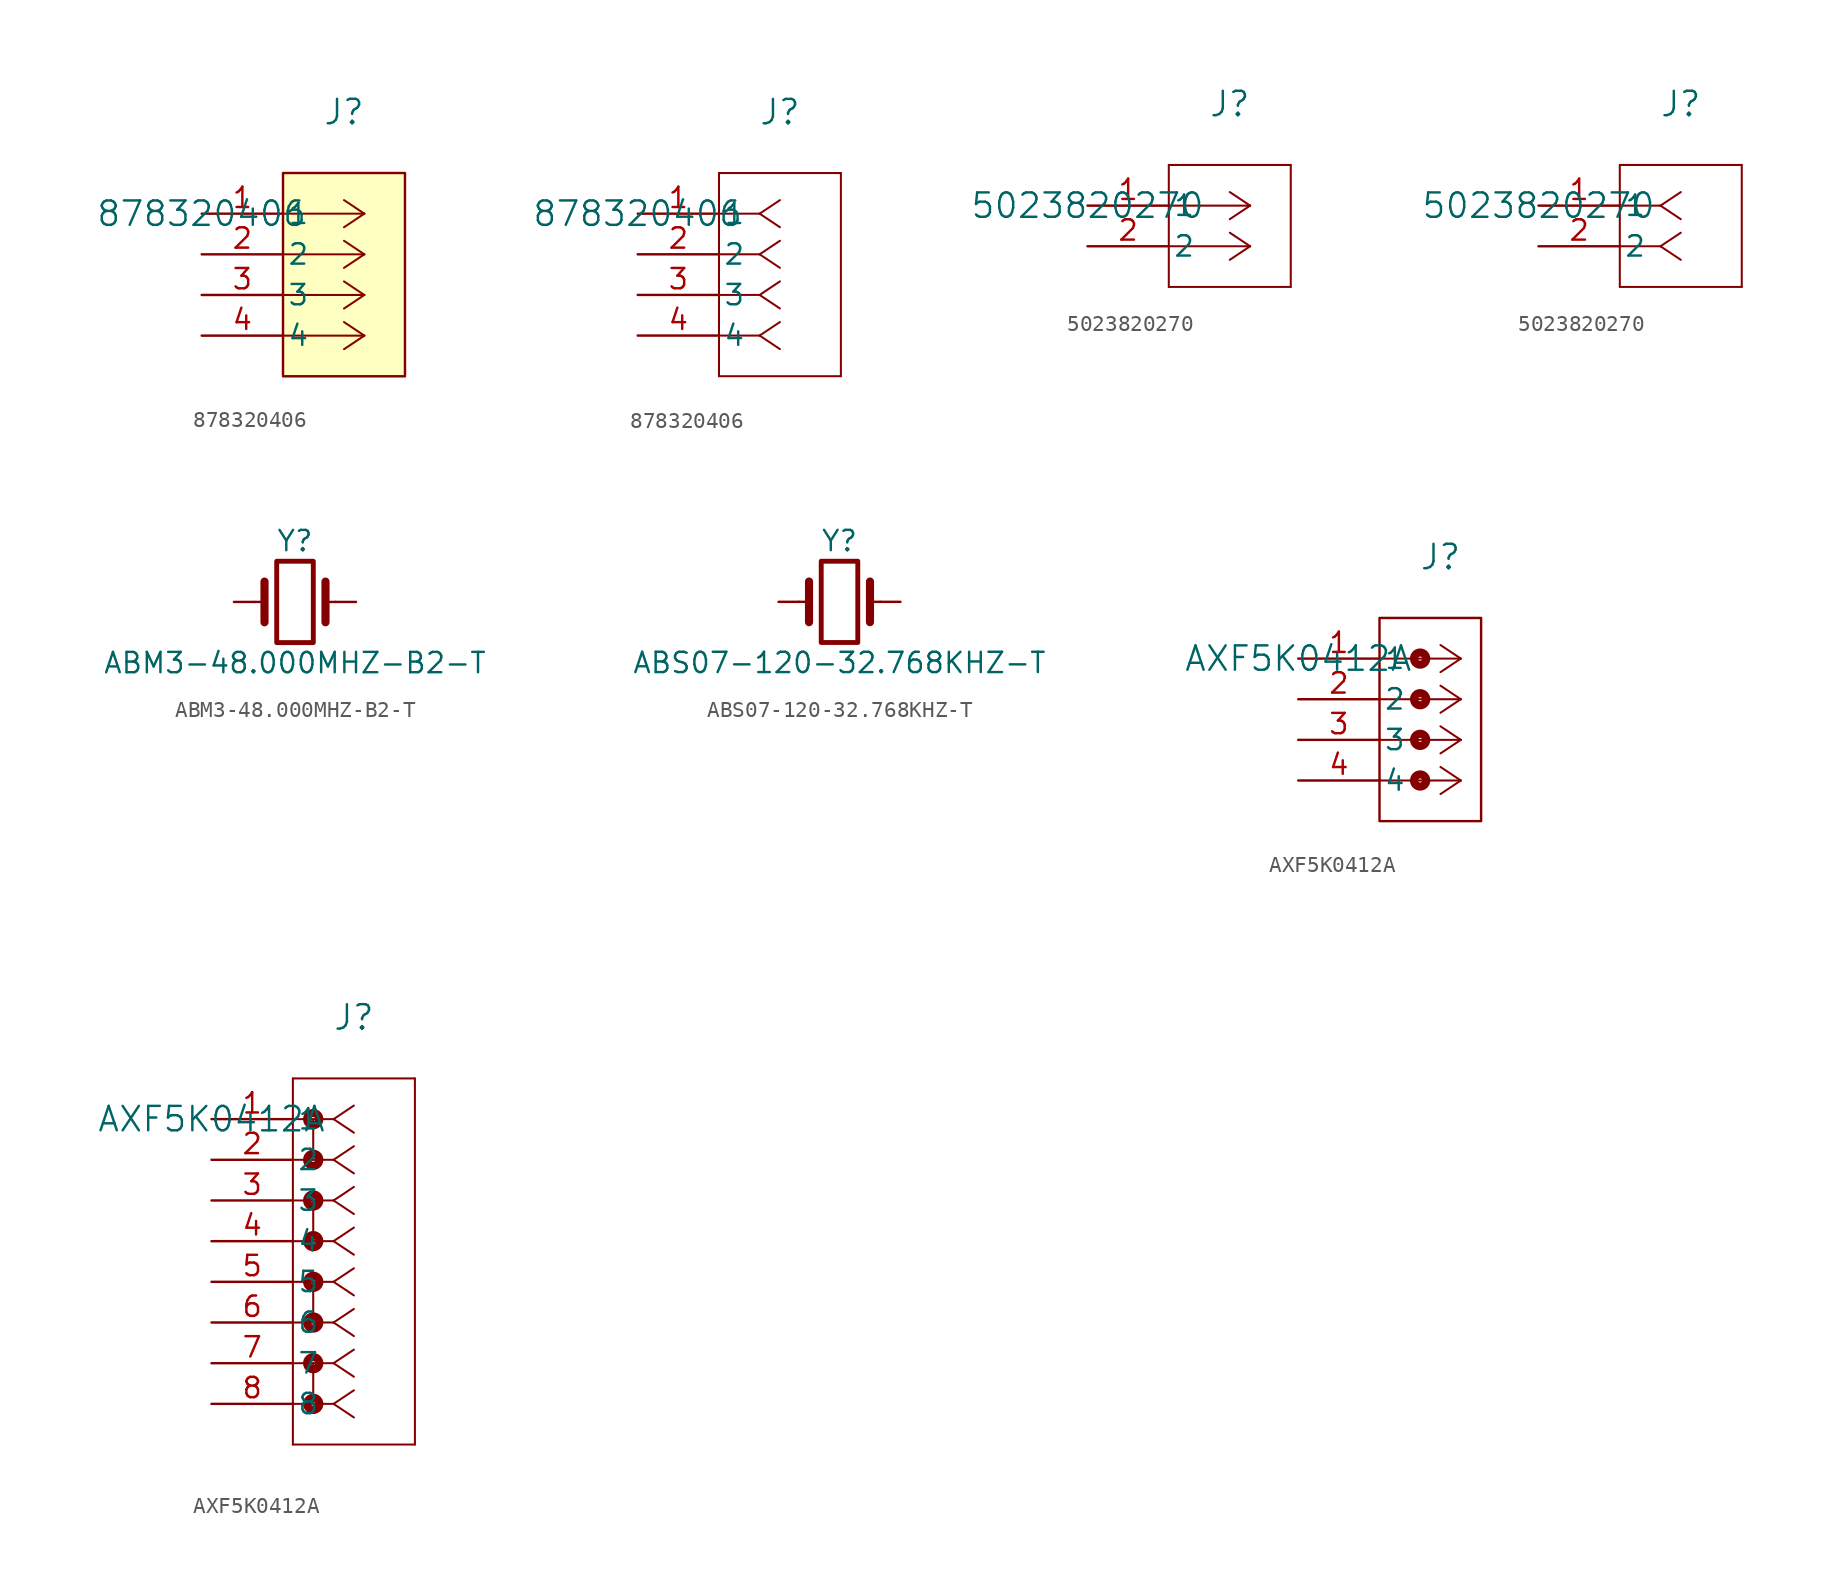
<source format=kicad_sym>
(kicad_symbol_lib
  (version 20241209)
  (generator "kicad_symbol_editor")
  (generator_version "9.0")
  (symbol "878320406"
    (pin_names
      (offset 0.254))
    (property "Reference" "J"
      (at 8.89 6.35 0)
      (effects (font (size 1.524 1.524))))
    (property "Value" "878320406"
      (at 0 0 0)
      (effects (font (size 1.524 1.524))))
    (symbol "878320406_1_1"
      (rectangle (start 5.08 2.54) (end 12.7 -10.16) (stroke (width 0) (type solid)) (fill (type background)))
      (polyline (pts (xy 10.16 0) (xy 5.08 0)) (stroke (width 0.127) (type default)) (fill (type none)))
      (polyline (pts (xy 10.16 0) (xy 8.89 0.847)) (stroke (width 0.127) (type default)) (fill (type none)))
      (polyline (pts (xy 10.16 0) (xy 8.89 -0.847)) (stroke (width 0.127) (type default)) (fill (type none)))
      (polyline (pts (xy 10.16 -2.54) (xy 5.08 -2.54)) (stroke (width 0.127) (type default)) (fill (type none)))
      (polyline (pts (xy 10.16 -2.54) (xy 8.89 -1.693)) (stroke (width 0.127) (type default)) (fill (type none)))
      (polyline (pts (xy 10.16 -2.54) (xy 8.89 -3.387)) (stroke (width 0.127) (type default)) (fill (type none)))
      (polyline (pts (xy 10.16 -5.08) (xy 5.08 -5.08)) (stroke (width 0.127) (type default)) (fill (type none)))
      (polyline (pts (xy 10.16 -5.08) (xy 8.89 -4.233)) (stroke (width 0.127) (type default)) (fill (type none)))
      (polyline (pts (xy 10.16 -5.08) (xy 8.89 -5.927)) (stroke (width 0.127) (type default)) (fill (type none)))
      (polyline (pts (xy 10.16 -7.62) (xy 5.08 -7.62)) (stroke (width 0.127) (type default)) (fill (type none)))
      (polyline (pts (xy 10.16 -7.62) (xy 8.89 -6.773)) (stroke (width 0.127) (type default)) (fill (type none)))
      (polyline (pts (xy 10.16 -7.62) (xy 8.89 -8.467)) (stroke (width 0.127) (type default)) (fill (type none)))
      (pin unspecified line (at 0 0 0) (length 5.08) (name "1" (effects (font (size 1.27 1.27)))) (number "1" (effects (font (size 1.27 1.27)))))
      (pin unspecified line (at 0 -2.54 0) (length 5.08) (name "2" (effects (font (size 1.27 1.27)))) (number "2" (effects (font (size 1.27 1.27)))))
      (pin unspecified line (at 0 -5.08 0) (length 5.08) (name "3" (effects (font (size 1.27 1.27)))) (number "3" (effects (font (size 1.27 1.27)))))
      (pin unspecified line (at 0 -7.62 0) (length 5.08) (name "4" (effects (font (size 1.27 1.27)))) (number "4" (effects (font (size 1.27 1.27))))))
    (symbol "878320406_1_2"
      (polyline (pts (xy 5.08 2.54) (xy 5.08 -10.16)) (stroke (width 0.127) (type default)) (fill (type none)))
      (polyline (pts (xy 5.08 -10.16) (xy 12.7 -10.16)) (stroke (width 0.127) (type default)) (fill (type none)))
      (polyline (pts (xy 7.62 0) (xy 5.08 0)) (stroke (width 0.127) (type default)) (fill (type none)))
      (polyline (pts (xy 7.62 0) (xy 8.89 0.847)) (stroke (width 0.127) (type default)) (fill (type none)))
      (polyline (pts (xy 7.62 0) (xy 8.89 -0.847)) (stroke (width 0.127) (type default)) (fill (type none)))
      (polyline (pts (xy 7.62 -2.54) (xy 5.08 -2.54)) (stroke (width 0.127) (type default)) (fill (type none)))
      (polyline (pts (xy 7.62 -2.54) (xy 8.89 -1.693)) (stroke (width 0.127) (type default)) (fill (type none)))
      (polyline (pts (xy 7.62 -2.54) (xy 8.89 -3.387)) (stroke (width 0.127) (type default)) (fill (type none)))
      (polyline (pts (xy 7.62 -5.08) (xy 5.08 -5.08)) (stroke (width 0.127) (type default)) (fill (type none)))
      (polyline (pts (xy 7.62 -5.08) (xy 8.89 -4.233)) (stroke (width 0.127) (type default)) (fill (type none)))
      (polyline (pts (xy 7.62 -5.08) (xy 8.89 -5.927)) (stroke (width 0.127) (type default)) (fill (type none)))
      (polyline (pts (xy 7.62 -7.62) (xy 5.08 -7.62)) (stroke (width 0.127) (type default)) (fill (type none)))
      (polyline (pts (xy 7.62 -7.62) (xy 8.89 -6.773)) (stroke (width 0.127) (type default)) (fill (type none)))
      (polyline (pts (xy 7.62 -7.62) (xy 8.89 -8.467)) (stroke (width 0.127) (type default)) (fill (type none)))
      (polyline (pts (xy 12.7 2.54) (xy 5.08 2.54)) (stroke (width 0.127) (type default)) (fill (type none)))
      (polyline (pts (xy 12.7 -10.16) (xy 12.7 2.54)) (stroke (width 0.127) (type default)) (fill (type none)))
      (pin unspecified line (at 0 0 0) (length 5.08) (name "1" (effects (font (size 1.27 1.27)))) (number "1" (effects (font (size 1.27 1.27)))))
      (pin unspecified line (at 0 -2.54 0) (length 5.08) (name "2" (effects (font (size 1.27 1.27)))) (number "2" (effects (font (size 1.27 1.27)))))
      (pin unspecified line (at 0 -5.08 0) (length 5.08) (name "3" (effects (font (size 1.27 1.27)))) (number "3" (effects (font (size 1.27 1.27)))))
      (pin unspecified line (at 0 -7.62 0) (length 5.08) (name "4" (effects (font (size 1.27 1.27)))) (number "4" (effects (font (size 1.27 1.27)))))))
  (symbol "5023820270"
    (pin_names
      (offset 0.254))
    (property "Reference" "J"
      (at 8.89 6.35 0)
      (effects (font (size 1.524 1.524))))
    (property "Value" "5023820270"
      (at 0 0 0)
      (effects (font (size 1.524 1.524))))
    (symbol "5023820270_1_1"
      (polyline (pts (xy 5.08 2.54) (xy 5.08 -5.08)) (stroke (width 0.127) (type default)) (fill (type none)))
      (polyline (pts (xy 5.08 -5.08) (xy 12.7 -5.08)) (stroke (width 0.127) (type default)) (fill (type none)))
      (polyline (pts (xy 10.16 0) (xy 5.08 0)) (stroke (width 0.127) (type default)) (fill (type none)))
      (polyline (pts (xy 10.16 0) (xy 8.89 0.847)) (stroke (width 0.127) (type default)) (fill (type none)))
      (polyline (pts (xy 10.16 0) (xy 8.89 -0.847)) (stroke (width 0.127) (type default)) (fill (type none)))
      (polyline (pts (xy 10.16 -2.54) (xy 5.08 -2.54)) (stroke (width 0.127) (type default)) (fill (type none)))
      (polyline (pts (xy 10.16 -2.54) (xy 8.89 -1.693)) (stroke (width 0.127) (type default)) (fill (type none)))
      (polyline (pts (xy 10.16 -2.54) (xy 8.89 -3.387)) (stroke (width 0.127) (type default)) (fill (type none)))
      (polyline (pts (xy 12.7 2.54) (xy 5.08 2.54)) (stroke (width 0.127) (type default)) (fill (type none)))
      (polyline (pts (xy 12.7 -5.08) (xy 12.7 2.54)) (stroke (width 0.127) (type default)) (fill (type none)))
      (pin unspecified line (at 0 0 0) (length 5.08) (name "1" (effects (font (size 1.27 1.27)))) (number "1" (effects (font (size 1.27 1.27)))))
      (pin unspecified line (at 0 -2.54 0) (length 5.08) (name "2" (effects (font (size 1.27 1.27)))) (number "2" (effects (font (size 1.27 1.27))))))
    (symbol "5023820270_1_2"
      (polyline (pts (xy 5.08 2.54) (xy 5.08 -5.08)) (stroke (width 0.127) (type default)) (fill (type none)))
      (polyline (pts (xy 5.08 -5.08) (xy 12.7 -5.08)) (stroke (width 0.127) (type default)) (fill (type none)))
      (polyline (pts (xy 7.62 0) (xy 5.08 0)) (stroke (width 0.127) (type default)) (fill (type none)))
      (polyline (pts (xy 7.62 0) (xy 8.89 0.847)) (stroke (width 0.127) (type default)) (fill (type none)))
      (polyline (pts (xy 7.62 0) (xy 8.89 -0.847)) (stroke (width 0.127) (type default)) (fill (type none)))
      (polyline (pts (xy 7.62 -2.54) (xy 5.08 -2.54)) (stroke (width 0.127) (type default)) (fill (type none)))
      (polyline (pts (xy 7.62 -2.54) (xy 8.89 -1.693)) (stroke (width 0.127) (type default)) (fill (type none)))
      (polyline (pts (xy 7.62 -2.54) (xy 8.89 -3.387)) (stroke (width 0.127) (type default)) (fill (type none)))
      (polyline (pts (xy 12.7 2.54) (xy 5.08 2.54)) (stroke (width 0.127) (type default)) (fill (type none)))
      (polyline (pts (xy 12.7 -5.08) (xy 12.7 2.54)) (stroke (width 0.127) (type default)) (fill (type none)))
      (pin unspecified line (at 0 0 0) (length 5.08) (name "1" (effects (font (size 1.27 1.27)))) (number "1" (effects (font (size 1.27 1.27)))))
      (pin unspecified line (at 0 -2.54 0) (length 5.08) (name "2" (effects (font (size 1.27 1.27)))) (number "2" (effects (font (size 1.27 1.27)))))))
  (symbol "ABM3-48.000MHZ-B2-T"
    (pin_numbers
      (hide yes))
    (pin_names
      (offset 1.016)
      (hide yes))
    (property "Reference" "Y"
      (at 0 3.81 0)
      (effects (font (size 1.27 1.27))))
    (property "Value" "ABM3-48.000MHZ-B2-T"
      (at 0 -3.81 0)
      (effects (font (size 1.27 1.27))))
    (symbol "ABM3-48.000MHZ-B2-T_0_1"
      (polyline (pts (xy -2.54 0) (xy -1.905 0)) (stroke (width 0) (type default)) (fill (type none)))
      (polyline (pts (xy -1.905 -1.27) (xy -1.905 1.27)) (stroke (width 0.508) (type default)) (fill (type none)))
      (rectangle (start -1.143 2.54) (end 1.143 -2.54) (stroke (width 0.305) (type default)) (fill (type none)))
      (polyline (pts (xy 1.905 -1.27) (xy 1.905 1.27)) (stroke (width 0.508) (type default)) (fill (type none)))
      (polyline (pts (xy 2.54 0) (xy 1.905 0)) (stroke (width 0) (type default)) (fill (type none))))
    (symbol "ABM3-48.000MHZ-B2-T_1_1"
      (pin passive line (at -3.81 0 0) (length 1.27) (name "1" (effects (font (size 1.27 1.27)))) (number "1" (effects (font (size 1.27 1.27)))))
      (pin passive line (at 3.81 0 180) (length 1.27) (name "2" (effects (font (size 1.27 1.27)))) (number "2" (effects (font (size 1.27 1.27)))))))
  (symbol "ABS07-120-32.768KHZ-T"
    (pin_numbers
      (hide yes))
    (pin_names
      (offset 1.016)
      (hide yes))
    (property "Reference" "Y"
      (at 0 3.81 0)
      (effects (font (size 1.27 1.27))))
    (property "Value" "ABS07-120-32.768KHZ-T"
      (at 0 -3.81 0)
      (effects (font (size 1.27 1.27))))
    (symbol "ABS07-120-32.768KHZ-T_0_1"
      (polyline (pts (xy -2.54 0) (xy -1.905 0)) (stroke (width 0) (type default)) (fill (type none)))
      (polyline (pts (xy -1.905 -1.27) (xy -1.905 1.27)) (stroke (width 0.508) (type default)) (fill (type none)))
      (rectangle (start -1.143 2.54) (end 1.143 -2.54) (stroke (width 0.305) (type default)) (fill (type none)))
      (polyline (pts (xy 1.905 -1.27) (xy 1.905 1.27)) (stroke (width 0.508) (type default)) (fill (type none)))
      (polyline (pts (xy 2.54 0) (xy 1.905 0)) (stroke (width 0) (type default)) (fill (type none))))
    (symbol "ABS07-120-32.768KHZ-T_1_1"
      (pin passive line (at -3.81 0 0) (length 1.27) (name "1" (effects (font (size 1.27 1.27)))) (number "1" (effects (font (size 1.27 1.27)))))
      (pin passive line (at 3.81 0 180) (length 1.27) (name "2" (effects (font (size 1.27 1.27)))) (number "2" (effects (font (size 1.27 1.27)))))))
  (symbol "AXF5K0412A"
    (pin_names
      (offset 0.254))
    (property "Reference" "J"
      (at 8.89 6.35 0)
      (effects (font (size 1.524 1.524))))
    (property "Value" "AXF5K0412A"
      (at 0 0 0)
      (effects (font (size 1.524 1.524))))
    (symbol "AXF5K0412A_1_1"
      (rectangle (start 5.08 2.54) (end 11.43 -10.16) (stroke (width 0) (type default)) (fill (type none)))
      (circle (center 7.62 0) (radius 0.127) (stroke (width 0.508) (type default)) (fill (type none)))
      (circle (center 7.62 -2.54) (radius 0.127) (stroke (width 0.508) (type default)) (fill (type none)))
      (circle (center 7.62 -5.08) (radius 0.127) (stroke (width 0.508) (type default)) (fill (type none)))
      (circle (center 7.62 -7.62) (radius 0.127) (stroke (width 0.508) (type default)) (fill (type none)))
      (polyline (pts (xy 10.16 0) (xy 5.08 0)) (stroke (width 0.127) (type default)) (fill (type none)))
      (polyline (pts (xy 10.16 0) (xy 8.89 0.847)) (stroke (width 0.127) (type default)) (fill (type none)))
      (polyline (pts (xy 10.16 0) (xy 8.89 -0.847)) (stroke (width 0.127) (type default)) (fill (type none)))
      (polyline (pts (xy 10.16 -2.54) (xy 5.08 -2.54)) (stroke (width 0.127) (type default)) (fill (type none)))
      (polyline (pts (xy 10.16 -2.54) (xy 8.89 -1.693)) (stroke (width 0.127) (type default)) (fill (type none)))
      (polyline (pts (xy 10.16 -2.54) (xy 8.89 -3.387)) (stroke (width 0.127) (type default)) (fill (type none)))
      (polyline (pts (xy 10.16 -5.08) (xy 5.08 -5.08)) (stroke (width 0.127) (type default)) (fill (type none)))
      (polyline (pts (xy 10.16 -5.08) (xy 8.89 -4.233)) (stroke (width 0.127) (type default)) (fill (type none)))
      (polyline (pts (xy 10.16 -5.08) (xy 8.89 -5.927)) (stroke (width 0.127) (type default)) (fill (type none)))
      (polyline (pts (xy 10.16 -7.62) (xy 5.08 -7.62)) (stroke (width 0.127) (type default)) (fill (type none)))
      (polyline (pts (xy 10.16 -7.62) (xy 8.89 -6.773)) (stroke (width 0.127) (type default)) (fill (type none)))
      (polyline (pts (xy 10.16 -7.62) (xy 8.89 -8.467)) (stroke (width 0.127) (type default)) (fill (type none)))
      (pin unspecified line (at 0 0 0) (length 5.08) (name "1" (effects (font (size 1.27 1.27)))) (number "1" (effects (font (size 1.27 1.27)))))
      (pin unspecified line (at 0 -2.54 0) (length 5.08) (name "2" (effects (font (size 1.27 1.27)))) (number "2" (effects (font (size 1.27 1.27)))))
      (pin unspecified line (at 0 -5.08 0) (length 5.08) (name "3" (effects (font (size 1.27 1.27)))) (number "3" (effects (font (size 1.27 1.27)))))
      (pin unspecified line (at 0 -7.62 0) (length 5.08) (name "4" (effects (font (size 1.27 1.27)))) (number "4" (effects (font (size 1.27 1.27))))))
    (symbol "AXF5K0412A_1_2"
      (polyline (pts (xy 5.08 2.54) (xy 5.08 -20.32)) (stroke (width 0.127) (type default)) (fill (type none)))
      (polyline (pts (xy 5.08 -20.32) (xy 12.7 -20.32)) (stroke (width 0.127) (type default)) (fill (type none)))
      (polyline (pts (xy 6.35 0) (xy 6.35 -2.54)) (stroke (width 0.127) (type default)) (fill (type none)))
      (circle (center 6.35 0) (radius 0.127) (stroke (width 0.508) (type default)) (fill (type none)))
      (circle (center 6.35 -2.54) (radius 0.127) (stroke (width 0.508) (type default)) (fill (type none)))
      (polyline (pts (xy 6.35 -5.08) (xy 6.35 -7.62)) (stroke (width 0.127) (type default)) (fill (type none)))
      (circle (center 6.35 -5.08) (radius 0.127) (stroke (width 0.508) (type default)) (fill (type none)))
      (circle (center 6.35 -7.62) (radius 0.127) (stroke (width 0.508) (type default)) (fill (type none)))
      (polyline (pts (xy 6.35 -10.16) (xy 6.35 -12.7)) (stroke (width 0.127) (type default)) (fill (type none)))
      (circle (center 6.35 -10.16) (radius 0.127) (stroke (width 0.508) (type default)) (fill (type none)))
      (circle (center 6.35 -12.7) (radius 0.127) (stroke (width 0.508) (type default)) (fill (type none)))
      (polyline (pts (xy 6.35 -15.24) (xy 6.35 -17.78)) (stroke (width 0.127) (type default)) (fill (type none)))
      (circle (center 6.35 -15.24) (radius 0.127) (stroke (width 0.508) (type default)) (fill (type none)))
      (circle (center 6.35 -17.78) (radius 0.127) (stroke (width 0.508) (type default)) (fill (type none)))
      (polyline (pts (xy 7.62 0) (xy 5.08 0)) (stroke (width 0.127) (type default)) (fill (type none)))
      (polyline (pts (xy 7.62 0) (xy 8.89 0.847)) (stroke (width 0.127) (type default)) (fill (type none)))
      (polyline (pts (xy 7.62 0) (xy 8.89 -0.847)) (stroke (width 0.127) (type default)) (fill (type none)))
      (polyline (pts (xy 7.62 -2.54) (xy 5.08 -2.54)) (stroke (width 0.127) (type default)) (fill (type none)))
      (polyline (pts (xy 7.62 -2.54) (xy 8.89 -1.693)) (stroke (width 0.127) (type default)) (fill (type none)))
      (polyline (pts (xy 7.62 -2.54) (xy 8.89 -3.387)) (stroke (width 0.127) (type default)) (fill (type none)))
      (polyline (pts (xy 7.62 -5.08) (xy 5.08 -5.08)) (stroke (width 0.127) (type default)) (fill (type none)))
      (polyline (pts (xy 7.62 -5.08) (xy 8.89 -4.233)) (stroke (width 0.127) (type default)) (fill (type none)))
      (polyline (pts (xy 7.62 -5.08) (xy 8.89 -5.927)) (stroke (width 0.127) (type default)) (fill (type none)))
      (polyline (pts (xy 7.62 -7.62) (xy 5.08 -7.62)) (stroke (width 0.127) (type default)) (fill (type none)))
      (polyline (pts (xy 7.62 -7.62) (xy 8.89 -6.773)) (stroke (width 0.127) (type default)) (fill (type none)))
      (polyline (pts (xy 7.62 -7.62) (xy 8.89 -8.467)) (stroke (width 0.127) (type default)) (fill (type none)))
      (polyline (pts (xy 7.62 -10.16) (xy 5.08 -10.16)) (stroke (width 0.127) (type default)) (fill (type none)))
      (polyline (pts (xy 7.62 -10.16) (xy 8.89 -9.313)) (stroke (width 0.127) (type default)) (fill (type none)))
      (polyline (pts (xy 7.62 -10.16) (xy 8.89 -11.007)) (stroke (width 0.127) (type default)) (fill (type none)))
      (polyline (pts (xy 7.62 -12.7) (xy 5.08 -12.7)) (stroke (width 0.127) (type default)) (fill (type none)))
      (polyline (pts (xy 7.62 -12.7) (xy 8.89 -11.853)) (stroke (width 0.127) (type default)) (fill (type none)))
      (polyline (pts (xy 7.62 -12.7) (xy 8.89 -13.547)) (stroke (width 0.127) (type default)) (fill (type none)))
      (polyline (pts (xy 7.62 -15.24) (xy 5.08 -15.24)) (stroke (width 0.127) (type default)) (fill (type none)))
      (polyline (pts (xy 7.62 -15.24) (xy 8.89 -14.393)) (stroke (width 0.127) (type default)) (fill (type none)))
      (polyline (pts (xy 7.62 -15.24) (xy 8.89 -16.087)) (stroke (width 0.127) (type default)) (fill (type none)))
      (polyline (pts (xy 7.62 -17.78) (xy 5.08 -17.78)) (stroke (width 0.127) (type default)) (fill (type none)))
      (polyline (pts (xy 7.62 -17.78) (xy 8.89 -16.933)) (stroke (width 0.127) (type default)) (fill (type none)))
      (polyline (pts (xy 7.62 -17.78) (xy 8.89 -18.627)) (stroke (width 0.127) (type default)) (fill (type none)))
      (polyline (pts (xy 12.7 2.54) (xy 5.08 2.54)) (stroke (width 0.127) (type default)) (fill (type none)))
      (polyline (pts (xy 12.7 -20.32) (xy 12.7 2.54)) (stroke (width 0.127) (type default)) (fill (type none)))
      (pin unspecified line (at 0 0 0) (length 5.08) (name "1" (effects (font (size 1.27 1.27)))) (number "1" (effects (font (size 1.27 1.27)))))
      (pin unspecified line (at 0 -2.54 0) (length 5.08) (name "2" (effects (font (size 1.27 1.27)))) (number "2" (effects (font (size 1.27 1.27)))))
      (pin unspecified line (at 0 -5.08 0) (length 5.08) (name "3" (effects (font (size 1.27 1.27)))) (number "3" (effects (font (size 1.27 1.27)))))
      (pin unspecified line (at 0 -7.62 0) (length 5.08) (name "4" (effects (font (size 1.27 1.27)))) (number "4" (effects (font (size 1.27 1.27)))))
      (pin unspecified line (at 0 -10.16 0) (length 5.08) (name "5" (effects (font (size 1.27 1.27)))) (number "5" (effects (font (size 1.27 1.27)))))
      (pin unspecified line (at 0 -12.7 0) (length 5.08) (name "6" (effects (font (size 1.27 1.27)))) (number "6" (effects (font (size 1.27 1.27)))))
      (pin unspecified line (at 0 -15.24 0) (length 5.08) (name "7" (effects (font (size 1.27 1.27)))) (number "7" (effects (font (size 1.27 1.27)))))
      (pin unspecified line (at 0 -17.78 0) (length 5.08) (name "8" (effects (font (size 1.27 1.27)))) (number "8" (effects (font (size 1.27 1.27))))))))
</source>
